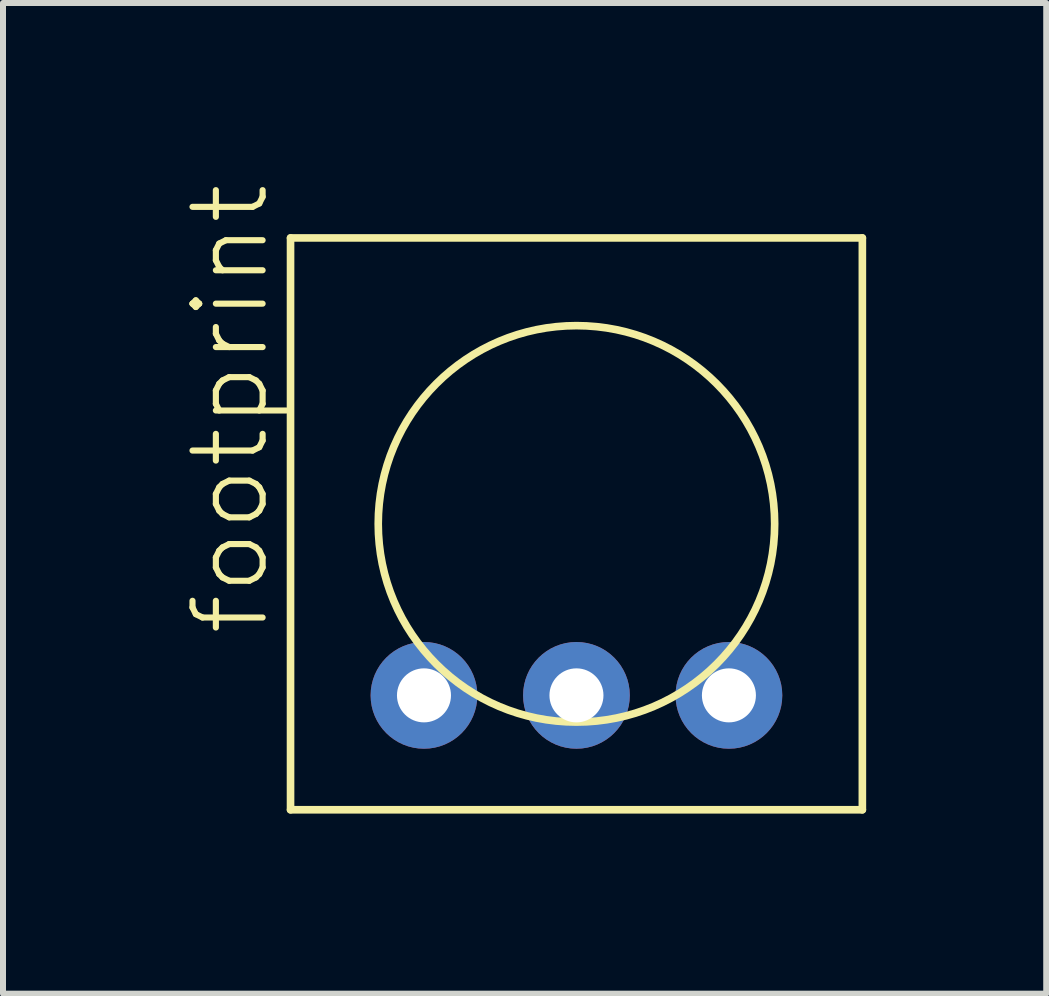
<source format=kicad_pcb>
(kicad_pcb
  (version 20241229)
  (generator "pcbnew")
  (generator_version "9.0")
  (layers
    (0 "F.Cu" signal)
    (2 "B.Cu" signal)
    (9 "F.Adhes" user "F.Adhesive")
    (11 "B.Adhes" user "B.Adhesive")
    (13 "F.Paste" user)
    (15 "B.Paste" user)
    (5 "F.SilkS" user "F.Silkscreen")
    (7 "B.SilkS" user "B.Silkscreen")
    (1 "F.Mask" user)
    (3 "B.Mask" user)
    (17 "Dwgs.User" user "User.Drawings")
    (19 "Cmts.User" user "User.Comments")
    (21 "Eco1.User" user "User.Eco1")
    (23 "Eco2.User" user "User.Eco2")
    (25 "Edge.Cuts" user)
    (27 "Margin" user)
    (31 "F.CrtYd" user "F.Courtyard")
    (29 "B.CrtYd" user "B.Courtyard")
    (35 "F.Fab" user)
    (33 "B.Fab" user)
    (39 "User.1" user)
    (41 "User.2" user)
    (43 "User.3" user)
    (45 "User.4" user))
  (footprint "footprint"
    (layer "F.Cu")
    (at 6.553 5.677)
    (property "Reference" "footprint" (at -5.08 1.905 90) (layer "F.SilkS") (effects (font (size 1.168 1.168) (thickness 0.102)) (justify left bottom)))
    (fp_line (start -4.763 -4.763) (end -4.763 4.763) (stroke (width 0.127) (type solid)) (layer "F.SilkS"))
    (fp_line (start -4.763 4.763) (end 4.763 4.763) (stroke (width 0.127) (type solid)) (layer "F.SilkS"))
    (fp_line (start 4.763 -4.763) (end -4.763 -4.763) (stroke (width 0.127) (type solid)) (layer "F.SilkS"))
    (fp_line (start 4.763 4.763) (end 4.763 -4.763) (stroke (width 0.127) (type solid)) (layer "F.SilkS"))
    (fp_circle (center 0 0) (end 3.302 0) (stroke (width 0.127) (type solid)) (fill no) (layer "F.SilkS"))
    (pad "1" thru_hole circle (at -2.54 2.857) (size 1.778 1.778) (drill 0.9) (layers "*.Cu" "*.Mask"))
    (pad "2" thru_hole circle (at 0 2.857) (size 1.778 1.778) (drill 0.9) (layers "*.Cu" "*.Mask"))
    (pad "3" thru_hole circle (at 2.54 2.857) (size 1.778 1.778) (drill 0.9) (layers "*.Cu" "*.Mask")))
  (gr_rect
    (start -3 -3)
    (end 14.379 13.503)
    (stroke (width 0.1) (type default))
    (fill no)
    (layer "Edge.Cuts")))
</source>
